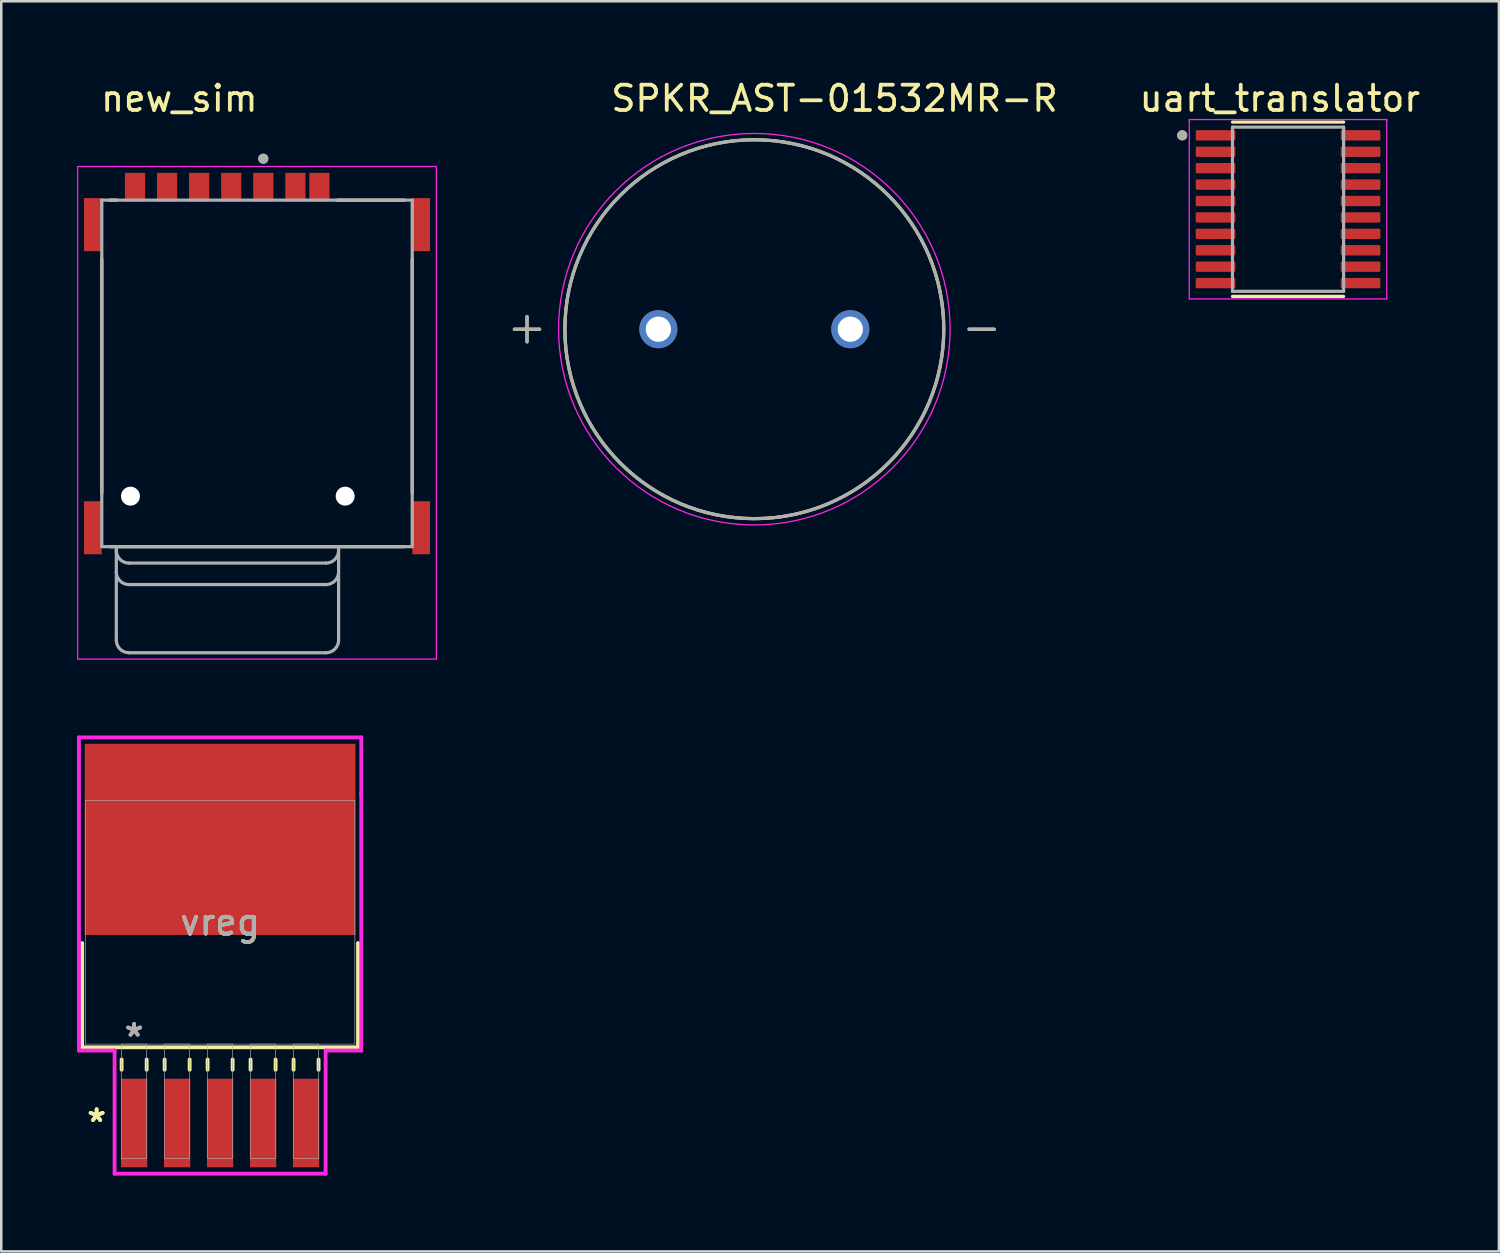
<source format=kicad_pcb>
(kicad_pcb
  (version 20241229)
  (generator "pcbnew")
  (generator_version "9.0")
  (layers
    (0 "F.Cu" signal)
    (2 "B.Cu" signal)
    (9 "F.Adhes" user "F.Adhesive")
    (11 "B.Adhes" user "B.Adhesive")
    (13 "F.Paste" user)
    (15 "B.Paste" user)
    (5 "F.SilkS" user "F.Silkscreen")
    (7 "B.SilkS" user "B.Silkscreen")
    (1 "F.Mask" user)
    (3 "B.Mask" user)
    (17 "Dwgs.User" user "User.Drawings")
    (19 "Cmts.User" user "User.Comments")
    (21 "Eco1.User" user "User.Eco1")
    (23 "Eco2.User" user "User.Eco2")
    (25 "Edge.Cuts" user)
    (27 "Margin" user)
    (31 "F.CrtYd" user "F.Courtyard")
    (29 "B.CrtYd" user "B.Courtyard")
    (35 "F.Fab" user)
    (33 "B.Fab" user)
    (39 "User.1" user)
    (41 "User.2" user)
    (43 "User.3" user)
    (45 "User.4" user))
  (footprint "vreg"
    (layer "F.Cu")
    (at 5.664 33.46)
    (property "Reference" "vreg" (at 0 0 0) (unlocked yes) (layer "F.SilkS") (effects (font (size 1 1) (thickness 0.15))))
    (attr smd)
    (fp_line (start -5.461 0.825) (end -5.461 4.953) (stroke (width 0.152) (type solid)) (layer "F.SilkS"))
    (fp_line (start -5.461 4.953) (end 5.461 4.953) (stroke (width 0.152) (type solid)) (layer "F.SilkS"))
    (fp_line (start -3.899 5.436) (end -3.899 5.842) (stroke (width 0.152) (type solid)) (layer "F.SilkS"))
    (fp_line (start -2.908 5.436) (end -2.908 5.842) (stroke (width 0.152) (type solid)) (layer "F.SilkS"))
    (fp_line (start -2.197 5.436) (end -2.197 5.842) (stroke (width 0.152) (type solid)) (layer "F.SilkS"))
    (fp_line (start -1.206 5.436) (end -1.206 5.842) (stroke (width 0.152) (type solid)) (layer "F.SilkS"))
    (fp_line (start -0.495 5.436) (end -0.495 5.842) (stroke (width 0.152) (type solid)) (layer "F.SilkS"))
    (fp_line (start 0.495 5.436) (end 0.495 5.842) (stroke (width 0.152) (type solid)) (layer "F.SilkS"))
    (fp_line (start 1.206 5.436) (end 1.206 5.842) (stroke (width 0.152) (type solid)) (layer "F.SilkS"))
    (fp_line (start 2.197 5.436) (end 2.197 5.842) (stroke (width 0.152) (type solid)) (layer "F.SilkS"))
    (fp_line (start 2.908 5.436) (end 2.908 5.842) (stroke (width 0.152) (type solid)) (layer "F.SilkS"))
    (fp_line (start 3.899 5.436) (end 3.899 5.842) (stroke (width 0.152) (type solid)) (layer "F.SilkS"))
    (fp_line (start 5.461 4.953) (end 5.461 0.825) (stroke (width 0.152) (type solid)) (layer "F.SilkS"))
    (fp_line (start -5.588 -7.315) (end 5.588 -7.315) (stroke (width 0.152) (type solid)) (layer "F.CrtYd"))
    (fp_line (start -5.588 -5.08) (end -5.588 -7.315) (stroke (width 0.152) (type solid)) (layer "F.CrtYd"))
    (fp_line (start -5.588 -5.08) (end -5.588 -5.08) (stroke (width 0.152) (type solid)) (layer "F.CrtYd"))
    (fp_line (start -5.588 5.08) (end -5.588 -5.08) (stroke (width 0.152) (type solid)) (layer "F.CrtYd"))
    (fp_line (start -4.178 5.08) (end -5.588 5.08) (stroke (width 0.152) (type solid)) (layer "F.CrtYd"))
    (fp_line (start -4.178 9.957) (end -4.178 5.08) (stroke (width 0.152) (type solid)) (layer "F.CrtYd"))
    (fp_line (start 4.178 5.08) (end 4.178 9.957) (stroke (width 0.152) (type solid)) (layer "F.CrtYd"))
    (fp_line (start 4.178 9.957) (end -4.178 9.957) (stroke (width 0.152) (type solid)) (layer "F.CrtYd"))
    (fp_line (start 5.588 -7.315) (end 5.588 -5.08) (stroke (width 0.152) (type solid)) (layer "F.CrtYd"))
    (fp_line (start 5.588 -5.08) (end 5.588 -5.08) (stroke (width 0.152) (type solid)) (layer "F.CrtYd"))
    (fp_line (start 5.588 -5.08) (end 5.588 5.08) (stroke (width 0.152) (type solid)) (layer "F.CrtYd"))
    (fp_line (start 5.588 5.08) (end 4.178 5.08) (stroke (width 0.152) (type solid)) (layer "F.CrtYd"))
    (fp_line (start -5.334 -4.826) (end -5.334 4.826) (stroke (width 0.025) (type solid)) (layer "F.Fab"))
    (fp_line (start -5.334 4.826) (end 5.334 4.826) (stroke (width 0.025) (type solid)) (layer "F.Fab"))
    (fp_line (start -3.899 4.826) (end -3.899 9.347) (stroke (width 0.025) (type solid)) (layer "F.Fab"))
    (fp_line (start -3.899 9.347) (end -2.908 9.347) (stroke (width 0.025) (type solid)) (layer "F.Fab"))
    (fp_line (start -2.908 4.826) (end -3.899 4.826) (stroke (width 0.025) (type solid)) (layer "F.Fab"))
    (fp_line (start -2.908 9.347) (end -2.908 4.826) (stroke (width 0.025) (type solid)) (layer "F.Fab"))
    (fp_line (start -2.197 4.826) (end -2.197 9.347) (stroke (width 0.025) (type solid)) (layer "F.Fab"))
    (fp_line (start -2.197 9.347) (end -1.206 9.347) (stroke (width 0.025) (type solid)) (layer "F.Fab"))
    (fp_line (start -1.206 4.826) (end -2.197 4.826) (stroke (width 0.025) (type solid)) (layer "F.Fab"))
    (fp_line (start -1.206 9.347) (end -1.206 4.826) (stroke (width 0.025) (type solid)) (layer "F.Fab"))
    (fp_line (start -0.495 4.826) (end -0.495 9.347) (stroke (width 0.025) (type solid)) (layer "F.Fab"))
    (fp_line (start -0.495 9.347) (end 0.495 9.347) (stroke (width 0.025) (type solid)) (layer "F.Fab"))
    (fp_line (start 0.495 4.826) (end -0.495 4.826) (stroke (width 0.025) (type solid)) (layer "F.Fab"))
    (fp_line (start 0.495 9.347) (end 0.495 4.826) (stroke (width 0.025) (type solid)) (layer "F.Fab"))
    (fp_line (start 1.206 4.826) (end 1.206 9.347) (stroke (width 0.025) (type solid)) (layer "F.Fab"))
    (fp_line (start 1.206 9.347) (end 2.197 9.347) (stroke (width 0.025) (type solid)) (layer "F.Fab"))
    (fp_line (start 2.197 4.826) (end 1.206 4.826) (stroke (width 0.025) (type solid)) (layer "F.Fab"))
    (fp_line (start 2.197 9.347) (end 2.197 4.826) (stroke (width 0.025) (type solid)) (layer "F.Fab"))
    (fp_line (start 2.908 4.826) (end 2.908 9.347) (stroke (width 0.025) (type solid)) (layer "F.Fab"))
    (fp_line (start 2.908 9.347) (end 3.899 9.347) (stroke (width 0.025) (type solid)) (layer "F.Fab"))
    (fp_line (start 3.899 4.826) (end 2.908 4.826) (stroke (width 0.025) (type solid)) (layer "F.Fab"))
    (fp_line (start 3.899 9.347) (end 3.899 4.826) (stroke (width 0.025) (type solid)) (layer "F.Fab"))
    (fp_line (start 5.334 -4.826) (end -5.334 -4.826) (stroke (width 0.025) (type solid)) (layer "F.Fab"))
    (fp_line (start 5.334 4.826) (end 5.334 -4.826) (stroke (width 0.025) (type solid)) (layer "F.Fab"))
    (fp_text user "*" (at -4.889 7.95 0) (layer "F.SilkS") (effects (font (size 1 1) (thickness 0.15))))
    (fp_text user "*" (at -4.889 7.95 0) (unlocked yes) (layer "F.SilkS") (effects (font (size 1 1) (thickness 0.15))))
    (fp_text user "*" (at -3.404 4.572 0) (layer "F.Fab") (effects (font (size 1 1) (thickness 0.15))))
    (fp_text user "${REFERENCE}" (at 0 0 0) (unlocked yes) (layer "F.Fab") (effects (font (size 1 1) (thickness 0.15))))
    (fp_text user "*" (at -3.404 4.572 0) (unlocked yes) (layer "F.Fab") (effects (font (size 1 1) (thickness 0.15))))
    (pad "1" smd rect (at -3.404 7.95) (size 1.041 3.505) (layers "F.Cu" "F.Mask" "F.Paste"))
    (pad "2" smd rect (at -1.702 7.95) (size 1.041 3.505) (layers "F.Cu" "F.Mask" "F.Paste"))
    (pad "3" smd rect (at 0 7.95) (size 1.041 3.505) (layers "F.Cu" "F.Mask" "F.Paste"))
    (pad "4" smd rect (at 1.702 7.95) (size 1.041 3.505) (layers "F.Cu" "F.Mask" "F.Paste"))
    (pad "5" smd rect (at 3.404 7.95) (size 1.041 3.505) (layers "F.Cu" "F.Mask" "F.Paste"))
    (pad "6" smd rect (at 0 -3.277) (size 10.719 7.569) (layers "F.Cu" "F.Mask" "F.Paste")))
  (footprint "new_sim"
    (layer "F.Cu")
    (at 7.125 11.733)
    (property "Reference" "new_sim" (at -3.075 -10.885 0) (layer "F.SilkS") (effects (font (size 1 1) (thickness 0.15))))
    (attr smd)
    (fp_line (start -6.145 4.74) (end -6.145 -4.52) (stroke (width 0.127) (type solid)) (layer "F.SilkS"))
    (fp_line (start -5.83 -6.86) (end -5.55 -6.86) (stroke (width 0.127) (type solid)) (layer "F.SilkS"))
    (fp_line (start 3.19 -6.86) (end 5.83 -6.86) (stroke (width 0.127) (type solid)) (layer "F.SilkS"))
    (fp_line (start 5.83 6.86) (end -5.83 6.86) (stroke (width 0.127) (type solid)) (layer "F.SilkS"))
    (fp_line (start 6.145 -4.52) (end 6.145 4.74) (stroke (width 0.127) (type solid)) (layer "F.SilkS"))
    (fp_circle (center 0.25 -8.5) (end 0.35 -8.5) (stroke (width 0.2) (type solid)) (fill no) (layer "F.SilkS"))
    (fp_line (start -7.1 -8.19) (end 7.1 -8.19) (stroke (width 0.05) (type solid)) (layer "F.CrtYd"))
    (fp_line (start -7.1 11.31) (end -7.1 -8.19) (stroke (width 0.05) (type solid)) (layer "F.CrtYd"))
    (fp_line (start 7.1 -8.19) (end 7.1 11.31) (stroke (width 0.05) (type solid)) (layer "F.CrtYd"))
    (fp_line (start 7.1 11.31) (end -7.1 11.31) (stroke (width 0.05) (type solid)) (layer "F.CrtYd"))
    (fp_line (start -6.145 -6.86) (end 6.145 -6.86) (stroke (width 0.127) (type solid)) (layer "F.Fab"))
    (fp_line (start -6.145 6.86) (end -6.145 -6.86) (stroke (width 0.127) (type solid)) (layer "F.Fab"))
    (fp_line (start -5.57 6.86) (end -6.145 6.86) (stroke (width 0.127) (type solid)) (layer "F.Fab"))
    (fp_line (start -5.57 6.86) (end -5.57 10.56) (stroke (width 0.127) (type solid)) (layer "F.Fab"))
    (fp_line (start -5.07 7.51) (end 2.73 7.51) (stroke (width 0.127) (type solid)) (layer "F.Fab"))
    (fp_line (start -5.07 8.36) (end 2.73 8.36) (stroke (width 0.127) (type solid)) (layer "F.Fab"))
    (fp_line (start -5.07 11.06) (end 2.73 11.06) (stroke (width 0.127) (type solid)) (layer "F.Fab"))
    (fp_line (start 3.23 6.86) (end -5.57 6.86) (stroke (width 0.127) (type solid)) (layer "F.Fab"))
    (fp_line (start 3.23 10.56) (end 3.23 6.86) (stroke (width 0.127) (type solid)) (layer "F.Fab"))
    (fp_line (start 6.145 -6.86) (end 6.145 6.86) (stroke (width 0.127) (type solid)) (layer "F.Fab"))
    (fp_line (start 6.145 6.86) (end 3.23 6.86) (stroke (width 0.127) (type solid)) (layer "F.Fab"))
    (fp_arc (start -5.07 7.51) (mid -5.423553 7.363553) (end -5.57 7.01) (stroke (width 0.127) (type solid)) (layer "F.Fab"))
    (fp_arc (start -5.07 8.36) (mid -5.423553 8.213553) (end -5.57 7.86) (stroke (width 0.127) (type solid)) (layer "F.Fab"))
    (fp_arc (start -5.07 11.06) (mid -5.423553 10.913553) (end -5.57 10.56) (stroke (width 0.127) (type solid)) (layer "F.Fab"))
    (fp_arc (start 3.23 7.01) (mid 3.083553 7.363553) (end 2.73 7.51) (stroke (width 0.127) (type solid)) (layer "F.Fab"))
    (fp_arc (start 3.23 7.86) (mid 3.083553 8.213553) (end 2.73 8.36) (stroke (width 0.127) (type solid)) (layer "F.Fab"))
    (fp_arc (start 3.23 10.56) (mid 3.083553 10.913553) (end 2.73 11.06) (stroke (width 0.127) (type solid)) (layer "F.Fab"))
    (fp_circle (center 0.25 -8.5) (end 0.35 -8.5) (stroke (width 0.2) (type solid)) (fill no) (layer "F.Fab"))
    (pad "" np_thru_hole circle (at -5.01 4.86) (size 0.75 0.75) (drill 0.75) (layers "*.Cu" "*.Mask"))
    (pad "" np_thru_hole circle (at 3.49 4.86) (size 0.75 0.75) (drill 0.75) (layers "*.Cu" "*.Mask"))
    (pad "C1" smd rect (at 0.25 -7.37) (size 0.8 1.14) (layers "F.Cu" "F.Mask" "F.Paste"))
    (pad "C2" smd rect (at -2.29 -7.37) (size 0.8 1.14) (layers "F.Cu" "F.Mask" "F.Paste"))
    (pad "C3" smd rect (at -4.83 -7.37) (size 0.8 1.14) (layers "F.Cu" "F.Mask" "F.Paste"))
    (pad "C5" smd rect (at 1.52 -7.37) (size 0.8 1.14) (layers "F.Cu" "F.Mask" "F.Paste"))
    (pad "C6" smd rect (at -1.02 -7.37) (size 0.8 1.14) (layers "F.Cu" "F.Mask" "F.Paste"))
    (pad "C7" smd rect (at -3.56 -7.37) (size 0.8 1.14) (layers "F.Cu" "F.Mask" "F.Paste"))
    (pad "CD" smd rect (at 2.47 -7.37) (size 0.8 1.14) (layers "F.Cu" "F.Mask" "F.Paste"))
    (pad "G1" smd rect (at -6.5 -5.89) (size 0.7 2.1) (layers "F.Cu" "F.Mask" "F.Paste"))
    (pad "G2" smd rect (at 6.5 -5.89) (size 0.7 2.1) (layers "F.Cu" "F.Mask" "F.Paste"))
    (pad "G3" smd rect (at -6.5 6.11) (size 0.7 2.1) (layers "F.Cu" "F.Mask" "F.Paste"))
    (pad "G4" smd rect (at 6.5 6.11) (size 0.7 2.1) (layers "F.Cu" "F.Mask" "F.Paste"))
    (zone (net_name "") (layer "F.Cu") (hatch full 0.508) (connect_pads) (min_thickness 0.01) (filled_areas_thickness no) (keepout (tracks not_allowed) (vias not_allowed) (pads not_allowed) (copperpour not_allowed) (footprints allowed)) (placement (enabled no)) (fill) (polygon (pts (xy 2.49 14.903) (xy 4.34 14.903) (xy 4.34 18.403) (xy 2.49 18.403))))
    (zone (net_name "") (layer "F.Cu") (hatch full 0.508) (connect_pads) (min_thickness 0.01) (filled_areas_thickness no) (keepout (tracks not_allowed) (vias not_allowed) (pads not_allowed) (copperpour not_allowed) (footprints allowed)) (placement (enabled no)) (fill) (polygon (pts (xy 2.765 9.548) (xy 4.065 9.548) (xy 4.065 12.298) (xy 2.765 12.298))))
    (zone (net_name "") (layer "F.Cu") (hatch full 0.508) (connect_pads) (min_thickness 0.01) (filled_areas_thickness no) (keepout (tracks not_allowed) (vias not_allowed) (pads not_allowed) (copperpour not_allowed) (footprints allowed)) (placement (enabled no)) (fill) (polygon (pts (xy 4.99 14.903) (xy 6.84 14.903) (xy 6.84 18.403) (xy 4.99 18.403))))
    (zone (net_name "") (layer "F.Cu") (hatch full 0.508) (connect_pads) (min_thickness 0.01) (filled_areas_thickness no) (keepout (tracks not_allowed) (vias not_allowed) (pads not_allowed) (copperpour not_allowed) (footprints allowed)) (placement (enabled no)) (fill) (polygon (pts (xy 5.305 9.548) (xy 6.605 9.548) (xy 6.605 12.298) (xy 5.305 12.298))))
    (zone (net_name "") (layer "F.Cu") (hatch full 0.508) (connect_pads) (min_thickness 0.01) (filled_areas_thickness no) (keepout (tracks not_allowed) (vias not_allowed) (pads not_allowed) (copperpour not_allowed) (footprints allowed)) (placement (enabled no)) (fill) (polygon (pts (xy 7.49 14.903) (xy 9.34 14.903) (xy 9.34 18.403) (xy 7.49 18.403))))
    (zone (net_name "") (layer "F.Cu") (hatch full 0.508) (connect_pads) (min_thickness 0.01) (filled_areas_thickness no) (keepout (tracks not_allowed) (vias not_allowed) (pads not_allowed) (copperpour not_allowed) (footprints allowed)) (placement (enabled no)) (fill) (polygon (pts (xy 7.845 9.548) (xy 9.145 9.548) (xy 9.145 12.298) (xy 7.845 12.298))))
    (zone (net_name "") (layers "F.Cu" "B.Cu") (hatch full 0.508) (connect_pads) (min_thickness 0.01) (filled_areas_thickness no) (keepout (tracks allowed) (vias not_allowed) (pads allowed) (copperpour allowed) (footprints allowed)) (placement (enabled no)) (fill) (polygon (pts (xy 2.49 14.903) (xy 4.34 14.903) (xy 4.34 18.403) (xy 2.49 18.403))))
    (zone (net_name "") (layers "F.Cu" "B.Cu") (hatch full 0.508) (connect_pads) (min_thickness 0.01) (filled_areas_thickness no) (keepout (tracks allowed) (vias not_allowed) (pads allowed) (copperpour allowed) (footprints allowed)) (placement (enabled no)) (fill) (polygon (pts (xy 2.765 9.548) (xy 4.065 9.548) (xy 4.065 12.298) (xy 2.765 12.298))))
    (zone (net_name "") (layers "F.Cu" "B.Cu") (hatch full 0.508) (connect_pads) (min_thickness 0.01) (filled_areas_thickness no) (keepout (tracks allowed) (vias not_allowed) (pads allowed) (copperpour allowed) (footprints allowed)) (placement (enabled no)) (fill) (polygon (pts (xy 4.99 14.903) (xy 6.84 14.903) (xy 6.84 18.403) (xy 4.99 18.403))))
    (zone (net_name "") (layers "F.Cu" "B.Cu") (hatch full 0.508) (connect_pads) (min_thickness 0.01) (filled_areas_thickness no) (keepout (tracks allowed) (vias not_allowed) (pads allowed) (copperpour allowed) (footprints allowed)) (placement (enabled no)) (fill) (polygon (pts (xy 5.305 9.548) (xy 6.605 9.548) (xy 6.605 12.298) (xy 5.305 12.298))))
    (zone (net_name "") (layers "F.Cu" "B.Cu") (hatch full 0.508) (connect_pads) (min_thickness 0.01) (filled_areas_thickness no) (keepout (tracks allowed) (vias not_allowed) (pads allowed) (copperpour allowed) (footprints allowed)) (placement (enabled no)) (fill) (polygon (pts (xy 7.49 14.903) (xy 9.34 14.903) (xy 9.34 18.403) (xy 7.49 18.403))))
    (zone (net_name "") (layers "F.Cu" "B.Cu") (hatch full 0.508) (connect_pads) (min_thickness 0.01) (filled_areas_thickness no) (keepout (tracks allowed) (vias not_allowed) (pads allowed) (copperpour allowed) (footprints allowed)) (placement (enabled no)) (fill) (polygon (pts (xy 7.845 9.548) (xy 9.145 9.548) (xy 9.145 12.298) (xy 7.845 12.298)))))
  (footprint "SPKR_AST-01532MR-R"
    (layer "F.Cu")
    (at 26.814 9.983)
    (property "Reference" "SPKR_AST-01532MR-R" (at 3.175 -9.135 0) (layer "F.SilkS") (effects (font (size 1 1) (thickness 0.15))))
    (attr through_hole)
    (fp_line (start -9 -0.5) (end -9 0.5) (stroke (width 0.127) (type solid)) (layer "F.SilkS"))
    (fp_line (start -8.5 0) (end -9.5 0) (stroke (width 0.127) (type solid)) (layer "F.SilkS"))
    (fp_line (start 8.5 0) (end 9.5 0) (stroke (width 0.127) (type solid)) (layer "F.SilkS"))
    (fp_circle (center 0 0) (end 7.5 0) (stroke (width 0.127) (type solid)) (fill no) (layer "F.SilkS"))
    (fp_circle (center 0 0) (end 7.75 0) (stroke (width 0.05) (type solid)) (fill no) (layer "F.CrtYd"))
    (fp_line (start -9.5 0) (end -8.5 0) (stroke (width 0.127) (type solid)) (layer "F.Fab"))
    (fp_line (start -9 -0.5) (end -9 0.5) (stroke (width 0.127) (type solid)) (layer "F.Fab"))
    (fp_line (start 8.5 0) (end 9.5 0) (stroke (width 0.127) (type solid)) (layer "F.Fab"))
    (fp_circle (center 0 0) (end 7.5 0) (stroke (width 0.127) (type solid)) (fill no) (layer "F.Fab"))
    (pad "N" thru_hole circle (at 3.8 0) (size 1.508 1.508) (drill 1) (layers "*.Cu" "*.Mask"))
    (pad "P" thru_hole circle (at -3.8 0) (size 1.508 1.508) (drill 1) (layers "*.Cu" "*.Mask")))
  (footprint "uart_translator"
    (layer "F.Cu")
    (at 47.944 5.233)
    (property "Reference" "uart_translator" (at -0.325 -4.385 0) (layer "F.SilkS") (effects (font (size 1 1) (thickness 0.15))))
    (attr smd)
    (fp_line (start -2.2 -3.45) (end 2.2 -3.45) (stroke (width 0.127) (type solid)) (layer "F.SilkS"))
    (fp_line (start -2.2 3.45) (end 2.2 3.45) (stroke (width 0.127) (type solid)) (layer "F.SilkS"))
    (fp_circle (center -4.19 -2.925) (end -4.09 -2.925) (stroke (width 0.2) (type solid)) (fill no) (layer "F.SilkS"))
    (fp_line (start -3.91 -3.55) (end -3.91 3.55) (stroke (width 0.05) (type solid)) (layer "F.CrtYd"))
    (fp_line (start -3.91 -3.55) (end 3.91 -3.55) (stroke (width 0.05) (type solid)) (layer "F.CrtYd"))
    (fp_line (start -3.91 3.55) (end 3.91 3.55) (stroke (width 0.05) (type solid)) (layer "F.CrtYd"))
    (fp_line (start 3.91 -3.55) (end 3.91 3.55) (stroke (width 0.05) (type solid)) (layer "F.CrtYd"))
    (fp_line (start -2.2 -3.25) (end -2.2 3.25) (stroke (width 0.127) (type solid)) (layer "F.Fab"))
    (fp_line (start -2.2 -3.25) (end 2.2 -3.25) (stroke (width 0.127) (type solid)) (layer "F.Fab"))
    (fp_line (start -2.2 3.25) (end 2.2 3.25) (stroke (width 0.127) (type solid)) (layer "F.Fab"))
    (fp_line (start 2.2 -3.25) (end 2.2 3.25) (stroke (width 0.127) (type solid)) (layer "F.Fab"))
    (fp_circle (center -4.19 -2.925) (end -4.09 -2.925) (stroke (width 0.2) (type solid)) (fill no) (layer "F.Fab"))
    (pad "1" smd roundrect (at -2.87 -2.925) (size 1.57 0.41) (layers "F.Cu" "F.Mask" "F.Paste") (roundrect_rratio 0.125))
    (pad "2" smd roundrect (at -2.87 -2.275) (size 1.57 0.41) (layers "F.Cu" "F.Mask" "F.Paste") (roundrect_rratio 0.125))
    (pad "3" smd roundrect (at -2.87 -1.625) (size 1.57 0.41) (layers "F.Cu" "F.Mask" "F.Paste") (roundrect_rratio 0.125))
    (pad "4" smd roundrect (at -2.87 -0.975) (size 1.57 0.41) (layers "F.Cu" "F.Mask" "F.Paste") (roundrect_rratio 0.125))
    (pad "5" smd roundrect (at -2.87 -0.325) (size 1.57 0.41) (layers "F.Cu" "F.Mask" "F.Paste") (roundrect_rratio 0.125))
    (pad "6" smd roundrect (at -2.87 0.325) (size 1.57 0.41) (layers "F.Cu" "F.Mask" "F.Paste") (roundrect_rratio 0.125))
    (pad "7" smd roundrect (at -2.87 0.975) (size 1.57 0.41) (layers "F.Cu" "F.Mask" "F.Paste") (roundrect_rratio 0.125))
    (pad "8" smd roundrect (at -2.87 1.625) (size 1.57 0.41) (layers "F.Cu" "F.Mask" "F.Paste") (roundrect_rratio 0.125))
    (pad "9" smd roundrect (at -2.87 2.275) (size 1.57 0.41) (layers "F.Cu" "F.Mask" "F.Paste") (roundrect_rratio 0.125))
    (pad "10" smd roundrect (at -2.87 2.925) (size 1.57 0.41) (layers "F.Cu" "F.Mask" "F.Paste") (roundrect_rratio 0.125))
    (pad "11" smd roundrect (at 2.87 2.925) (size 1.57 0.41) (layers "F.Cu" "F.Mask" "F.Paste") (roundrect_rratio 0.125))
    (pad "12" smd roundrect (at 2.87 2.275) (size 1.57 0.41) (layers "F.Cu" "F.Mask" "F.Paste") (roundrect_rratio 0.125))
    (pad "13" smd roundrect (at 2.87 1.625) (size 1.57 0.41) (layers "F.Cu" "F.Mask" "F.Paste") (roundrect_rratio 0.125))
    (pad "14" smd roundrect (at 2.87 0.975) (size 1.57 0.41) (layers "F.Cu" "F.Mask" "F.Paste") (roundrect_rratio 0.125))
    (pad "15" smd roundrect (at 2.87 0.325) (size 1.57 0.41) (layers "F.Cu" "F.Mask" "F.Paste") (roundrect_rratio 0.125))
    (pad "16" smd roundrect (at 2.87 -0.325) (size 1.57 0.41) (layers "F.Cu" "F.Mask" "F.Paste") (roundrect_rratio 0.125))
    (pad "17" smd roundrect (at 2.87 -0.975) (size 1.57 0.41) (layers "F.Cu" "F.Mask" "F.Paste") (roundrect_rratio 0.125))
    (pad "18" smd roundrect (at 2.87 -1.625) (size 1.57 0.41) (layers "F.Cu" "F.Mask" "F.Paste") (roundrect_rratio 0.125))
    (pad "19" smd roundrect (at 2.87 -2.275) (size 1.57 0.41) (layers "F.Cu" "F.Mask" "F.Paste") (roundrect_rratio 0.125))
    (pad "20" smd roundrect (at 2.87 -2.925) (size 1.57 0.41) (layers "F.Cu" "F.Mask" "F.Paste") (roundrect_rratio 0.125)))
  (gr_rect
    (start -3 -3)
    (end 56.292 46.493)
    (stroke (width 0.1) (type default))
    (fill no)
    (layer "Edge.Cuts")))
</source>
